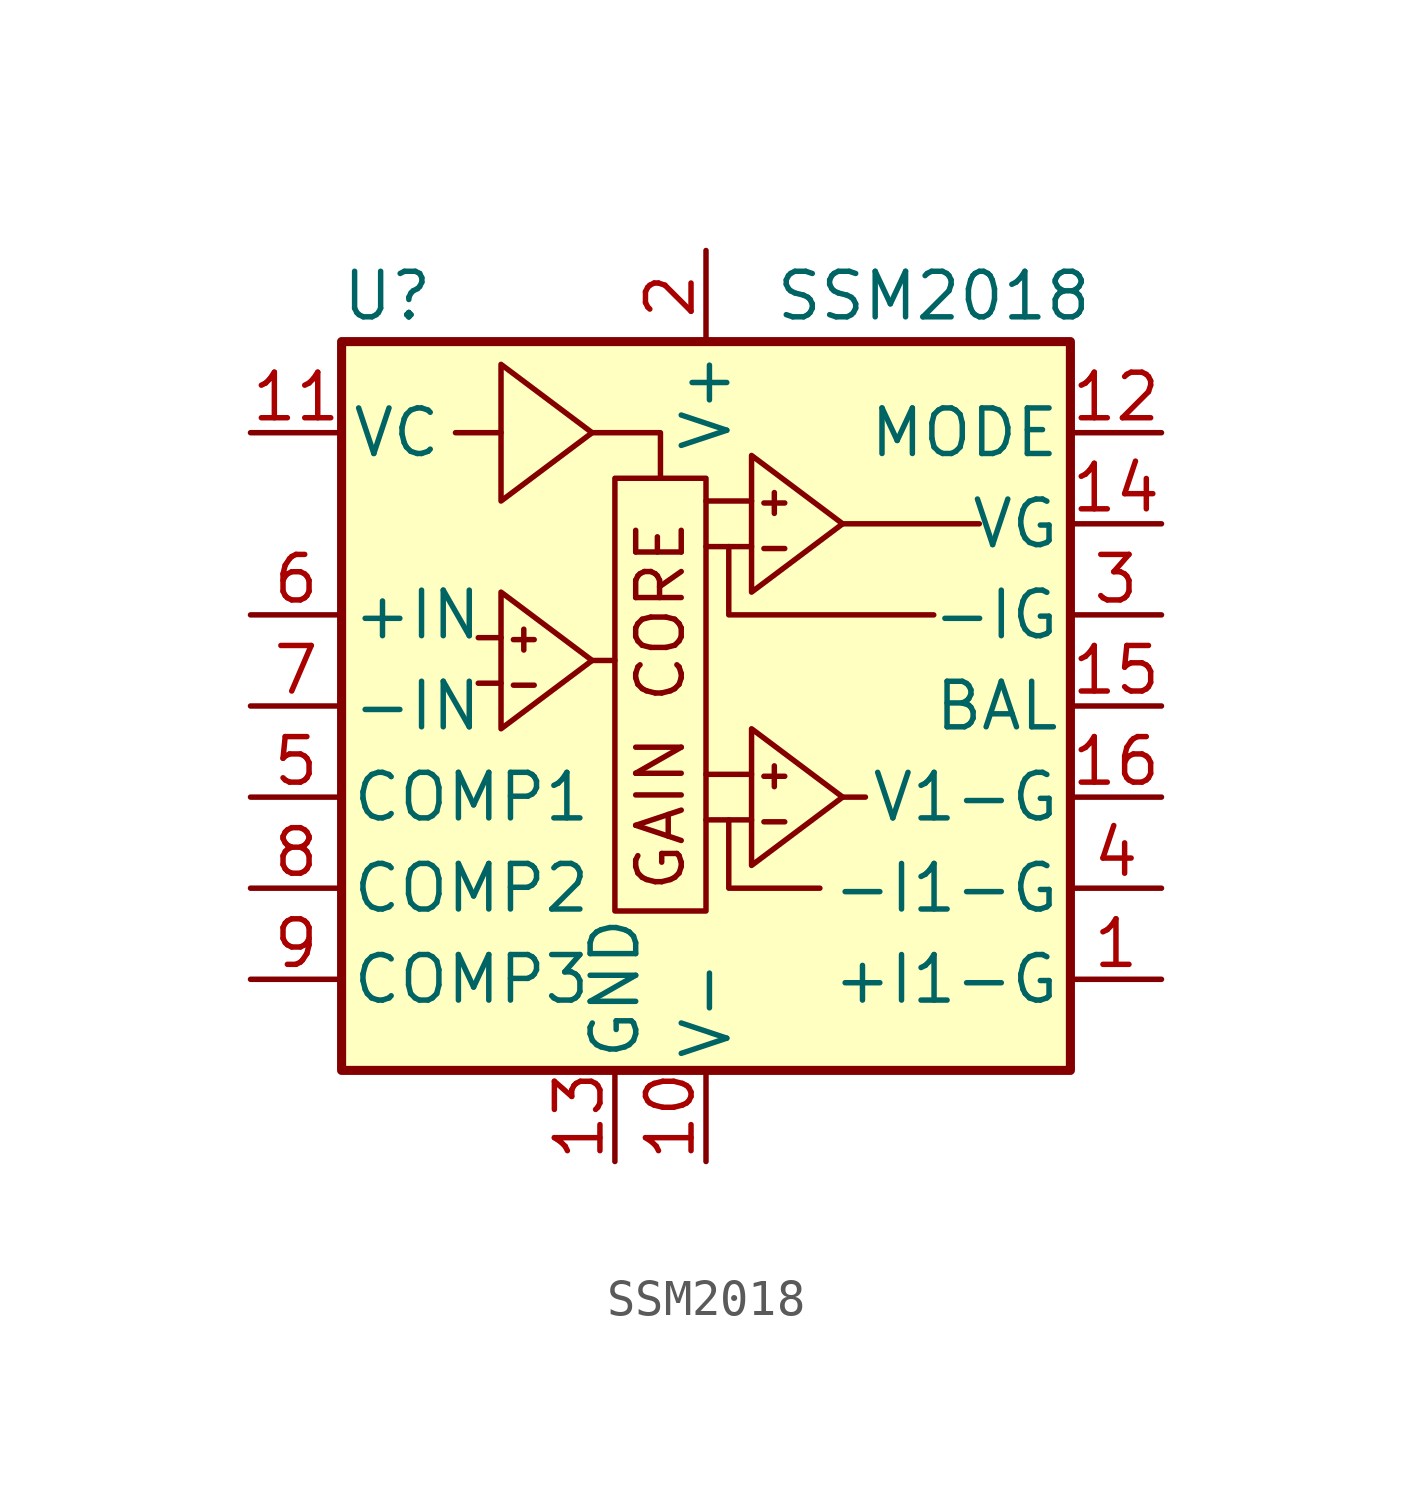
<source format=kicad_sym>
(kicad_symbol_lib
  (version 20241209)
  (generator "kicad_symbol_editor")
  (generator_version "9.0")
  (symbol "SSM2018"
    (pin_names
      (offset 0.254))
    (property "Reference" "U"
      (at -8.89 11.43 0)
      (effects (font (size 1.27 1.27))))
    (property "Value" "SSM2018"
      (at 6.35 11.43 0)
      (effects (font (size 1.27 1.27))))
    (symbol "SSM2018_0_0"
      (text "+" (at -5.08 1.905 0) (effects (font (size 0.762 0.762))))
      (text "-" (at -5.08 0.635 0) (effects (font (size 0.762 0.762))))
      (text "+" (at 1.905 5.715 0) (effects (font (size 0.762 0.762))))
      (text "-" (at 1.905 4.445 0) (effects (font (size 0.762 0.762))))
      (text "+" (at 1.905 -1.905 0) (effects (font (size 0.762 0.762))))
      (text "-" (at 1.905 -3.175 0) (effects (font (size 0.762 0.762)))))
    (symbol "SSM2018_0_1"
      (rectangle (start -10.16 10.16) (end 10.16 -10.16) (stroke (width 0.254) (type solid)) (fill (type background)))
      (polyline (pts (xy -5.715 9.525) (xy -3.175 7.62) (xy -5.715 5.715) (xy -5.715 9.525)) (stroke (width 0) (type solid)) (fill (type none)))
      (polyline (pts (xy -5.715 7.62) (xy -6.985 7.62)) (stroke (width 0) (type solid)) (fill (type none)))
      (polyline (pts (xy -5.715 3.175) (xy -3.175 1.27) (xy -5.715 -0.635) (xy -5.715 3.175)) (stroke (width 0) (type solid)) (fill (type none)))
      (polyline (pts (xy -5.715 1.905) (xy -6.35 1.905)) (stroke (width 0) (type solid)) (fill (type none)))
      (polyline (pts (xy -5.715 0.635) (xy -6.35 0.635)) (stroke (width 0) (type solid)) (fill (type none)))
      (polyline (pts (xy -3.175 7.62) (xy -1.27 7.62) (xy -1.27 6.35)) (stroke (width 0) (type solid)) (fill (type none)))
      (polyline (pts (xy -3.175 1.27) (xy -2.54 1.27)) (stroke (width 0) (type solid)) (fill (type none)))
      (rectangle (start -2.54 6.35) (end 0 -5.715) (stroke (width 0) (type solid)) (fill (type none)))
      (polyline (pts (xy 0 5.715) (xy 1.27 5.715)) (stroke (width 0) (type solid)) (fill (type none)))
      (polyline (pts (xy 0 -1.905) (xy 1.27 -1.905)) (stroke (width 0) (type solid)) (fill (type none)))
      (polyline (pts (xy 0.635 4.445) (xy 0.635 2.54) (xy 6.35 2.54)) (stroke (width 0) (type solid)) (fill (type none)))
      (polyline (pts (xy 0.635 -3.175) (xy 0.635 -5.08) (xy 3.175 -5.08)) (stroke (width 0) (type solid)) (fill (type none)))
      (polyline (pts (xy 1.27 6.985) (xy 3.81 5.08) (xy 1.27 3.175) (xy 1.27 6.985)) (stroke (width 0) (type solid)) (fill (type none)))
      (polyline (pts (xy 1.27 4.445) (xy 0 4.445)) (stroke (width 0) (type solid)) (fill (type none)))
      (polyline (pts (xy 1.27 -0.635) (xy 3.81 -2.54) (xy 1.27 -4.445) (xy 1.27 -0.635)) (stroke (width 0) (type solid)) (fill (type none)))
      (polyline (pts (xy 1.27 -3.175) (xy 0 -3.175)) (stroke (width 0) (type solid)) (fill (type none)))
      (polyline (pts (xy 3.81 5.08) (xy 7.62 5.08)) (stroke (width 0) (type solid)) (fill (type none)))
      (polyline (pts (xy 3.81 -2.54) (xy 4.445 -2.54)) (stroke (width 0) (type solid)) (fill (type none)))
      (text "GAIN CORE" (at -1.27 0 900) (effects (font (size 1.27 1.27))))
      (pin passive line (at -12.7 -7.62 0) (length 2.54) (name "COMP3" (effects (font (size 1.27 1.27)))) (number "9" (effects (font (size 1.27 1.27))))))
    (symbol "SSM2018_1_1"
      (pin input line (at -12.7 7.62 0) (length 2.54) (name "VC" (effects (font (size 1.27 1.27)))) (number "11" (effects (font (size 1.27 1.27)))))
      (pin input line (at -12.7 2.54 0) (length 2.54) (name "+IN" (effects (font (size 1.27 1.27)))) (number "6" (effects (font (size 1.27 1.27)))))
      (pin input line (at -12.7 0 0) (length 2.54) (name "-IN" (effects (font (size 1.27 1.27)))) (number "7" (effects (font (size 1.27 1.27)))))
      (pin passive line (at -12.7 -2.54 0) (length 2.54) (name "COMP1" (effects (font (size 1.27 1.27)))) (number "5" (effects (font (size 1.27 1.27)))))
      (pin passive line (at -12.7 -5.08 0) (length 2.54) (name "COMP2" (effects (font (size 1.27 1.27)))) (number "8" (effects (font (size 1.27 1.27)))))
      (pin power_in line (at -2.54 -12.7 90) (length 2.54) (name "GND" (effects (font (size 1.27 1.27)))) (number "13" (effects (font (size 1.27 1.27)))))
      (pin power_in line (at 0 12.7 270) (length 2.54) (name "V+" (effects (font (size 1.27 1.27)))) (number "2" (effects (font (size 1.27 1.27)))))
      (pin power_in line (at 0 -12.7 90) (length 2.54) (name "V-" (effects (font (size 1.27 1.27)))) (number "10" (effects (font (size 1.27 1.27)))))
      (pin input line (at 12.7 7.62 180) (length 2.54) (name "MODE" (effects (font (size 1.27 1.27)))) (number "12" (effects (font (size 1.27 1.27)))))
      (pin output line (at 12.7 5.08 180) (length 2.54) (name "VG" (effects (font (size 1.27 1.27)))) (number "14" (effects (font (size 1.27 1.27)))))
      (pin output line (at 12.7 2.54 180) (length 2.54) (name "-IG" (effects (font (size 1.27 1.27)))) (number "3" (effects (font (size 1.27 1.27)))))
      (pin input line (at 12.7 0 180) (length 2.54) (name "BAL" (effects (font (size 1.27 1.27)))) (number "15" (effects (font (size 1.27 1.27)))))
      (pin output line (at 12.7 -2.54 180) (length 2.54) (name "V1-G" (effects (font (size 1.27 1.27)))) (number "16" (effects (font (size 1.27 1.27)))))
      (pin output line (at 12.7 -5.08 180) (length 2.54) (name "-I1-G" (effects (font (size 1.27 1.27)))) (number "4" (effects (font (size 1.27 1.27)))))
      (pin output line (at 12.7 -7.62 180) (length 2.54) (name "+I1-G" (effects (font (size 1.27 1.27)))) (number "1" (effects (font (size 1.27 1.27))))))))
</source>
